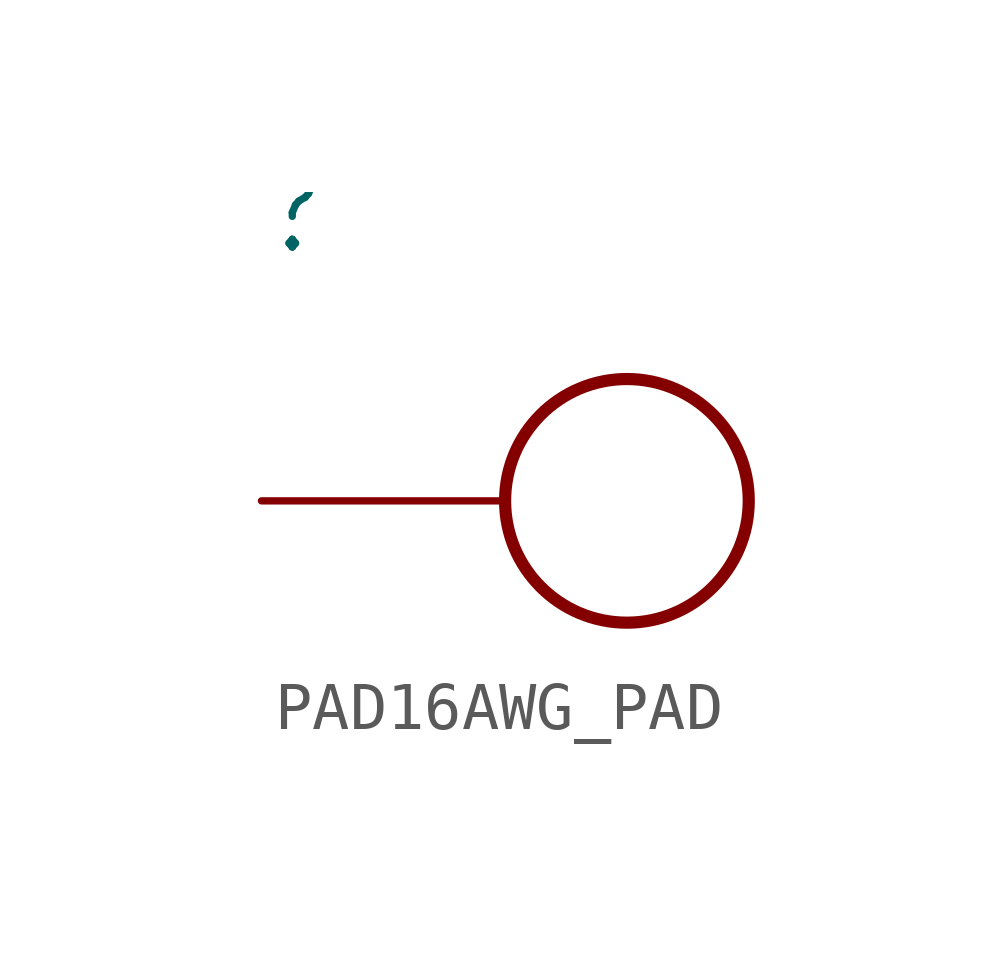
<source format=kicad_sym>
(kicad_symbol_lib
  (version 20241209)
  (generator "kicad_symbol_editor")
  (generator_version "9.0")
  (symbol "PAD16AWG_PAD"
    (property "Reference" ""
      (at -7.62 5.08 0)
      (effects (font (size 1.676 1.425)) (justify left bottom)))
    (property "ki_locked" ""
      (at 0 0 0)
      (effects (font (size 1.27 1.27))))
    (symbol "PAD16AWG_PAD_1_0"
      (circle (center 0 0) (radius 2.54) (stroke (width 0.254) (type solid)) (fill (type none)))
      (pin bidirectional line (at -7.62 0 0) (length 5.08) (name "P$1" (effects (font (size 0 0)))) (number "1" (effects (font (size 0 0))))))))
</source>
